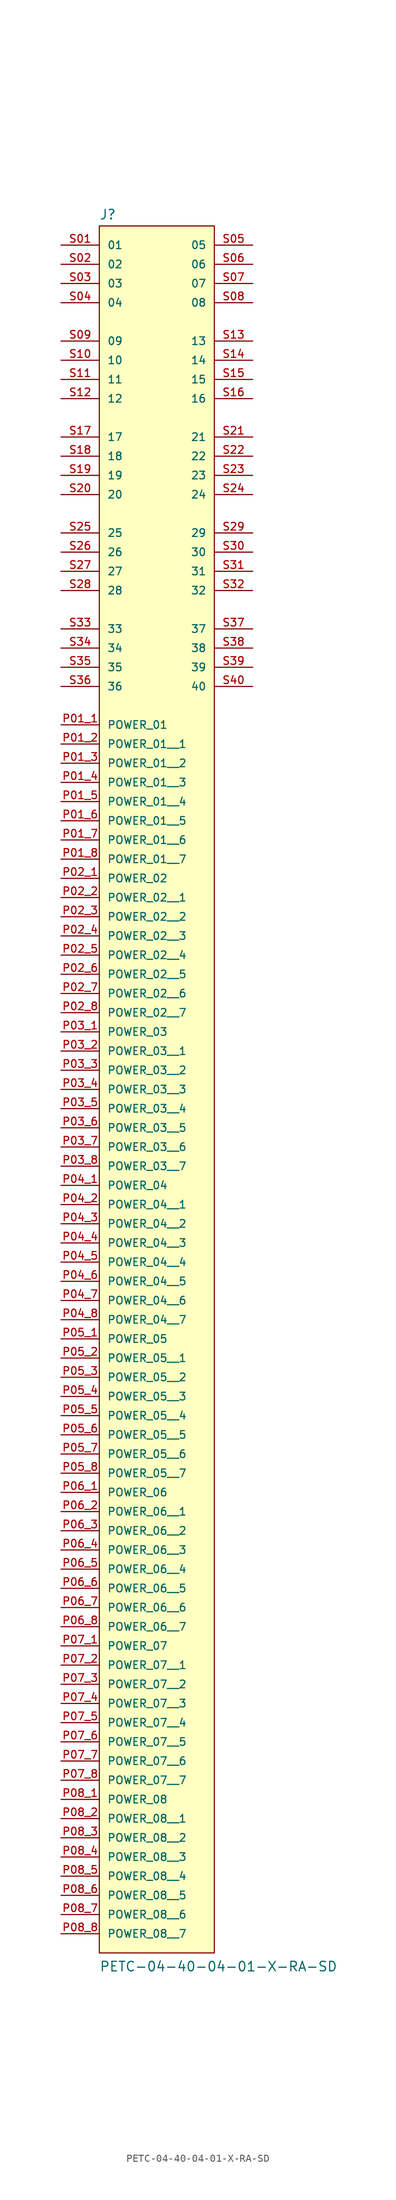
<source format=kicad_sym>
(kicad_symbol_lib
  (version 20211014)
  (generator kicad_symbol_editor)
  (symbol "PETC-04-40-04-01-X-RA-SD"
    (pin_names
      (offset 1.016))
    (property "Reference" "J"
      (at -7.62 43.942 0)
      (effects (font (size 1.27 1.27)) (justify bottom left)))
    (property "Value" "PETC-04-40-04-01-X-RA-SD"
      (at -7.62 -187.96 0)
      (effects (font (size 1.27 1.27)) (justify bottom left)))
    (symbol "PETC-04-40-04-01-X-RA-SD_0_0"
      (rectangle (start -7.62 -185.42) (end 7.62 43.18) (stroke (width 0.152)) (fill (type background)))
      (pin passive line (at -12.7 40.64 0) (length 5.08) (name "01" (effects (font (size 1.016 1.016)))) (number "S01" (effects (font (size 1.016 1.016)))))
      (pin passive line (at -12.7 38.1 0) (length 5.08) (name "02" (effects (font (size 1.016 1.016)))) (number "S02" (effects (font (size 1.016 1.016)))))
      (pin power_in line (at -12.7 -22.86 0) (length 5.08) (name "POWER_01" (effects (font (size 1.016 1.016)))) (number "P01_1" (effects (font (size 1.016 1.016)))))
      (pin power_in line (at -12.7 -43.18 0) (length 5.08) (name "POWER_02" (effects (font (size 1.016 1.016)))) (number "P02_1" (effects (font (size 1.016 1.016)))))
      (pin power_in line (at -12.7 -63.5 0) (length 5.08) (name "POWER_03" (effects (font (size 1.016 1.016)))) (number "P03_1" (effects (font (size 1.016 1.016)))))
      (pin power_in line (at -12.7 -83.82 0) (length 5.08) (name "POWER_04" (effects (font (size 1.016 1.016)))) (number "P04_1" (effects (font (size 1.016 1.016)))))
      (pin passive line (at -12.7 35.56 0) (length 5.08) (name "03" (effects (font (size 1.016 1.016)))) (number "S03" (effects (font (size 1.016 1.016)))))
      (pin passive line (at -12.7 33.02 0) (length 5.08) (name "04" (effects (font (size 1.016 1.016)))) (number "S04" (effects (font (size 1.016 1.016)))))
      (pin passive line (at 12.7 40.64 180.0) (length 5.08) (name "05" (effects (font (size 1.016 1.016)))) (number "S05" (effects (font (size 1.016 1.016)))))
      (pin passive line (at 12.7 38.1 180.0) (length 5.08) (name "06" (effects (font (size 1.016 1.016)))) (number "S06" (effects (font (size 1.016 1.016)))))
      (pin passive line (at 12.7 35.56 180.0) (length 5.08) (name "07" (effects (font (size 1.016 1.016)))) (number "S07" (effects (font (size 1.016 1.016)))))
      (pin passive line (at 12.7 33.02 180.0) (length 5.08) (name "08" (effects (font (size 1.016 1.016)))) (number "S08" (effects (font (size 1.016 1.016)))))
      (pin passive line (at -12.7 27.94 0) (length 5.08) (name "09" (effects (font (size 1.016 1.016)))) (number "S09" (effects (font (size 1.016 1.016)))))
      (pin passive line (at -12.7 25.4 0) (length 5.08) (name "10" (effects (font (size 1.016 1.016)))) (number "S10" (effects (font (size 1.016 1.016)))))
      (pin passive line (at -12.7 22.86 0) (length 5.08) (name "11" (effects (font (size 1.016 1.016)))) (number "S11" (effects (font (size 1.016 1.016)))))
      (pin passive line (at -12.7 20.32 0) (length 5.08) (name "12" (effects (font (size 1.016 1.016)))) (number "S12" (effects (font (size 1.016 1.016)))))
      (pin passive line (at 12.7 27.94 180.0) (length 5.08) (name "13" (effects (font (size 1.016 1.016)))) (number "S13" (effects (font (size 1.016 1.016)))))
      (pin passive line (at 12.7 25.4 180.0) (length 5.08) (name "14" (effects (font (size 1.016 1.016)))) (number "S14" (effects (font (size 1.016 1.016)))))
      (pin passive line (at 12.7 22.86 180.0) (length 5.08) (name "15" (effects (font (size 1.016 1.016)))) (number "S15" (effects (font (size 1.016 1.016)))))
      (pin passive line (at 12.7 20.32 180.0) (length 5.08) (name "16" (effects (font (size 1.016 1.016)))) (number "S16" (effects (font (size 1.016 1.016)))))
      (pin passive line (at -12.7 15.24 0) (length 5.08) (name "17" (effects (font (size 1.016 1.016)))) (number "S17" (effects (font (size 1.016 1.016)))))
      (pin passive line (at -12.7 12.7 0) (length 5.08) (name "18" (effects (font (size 1.016 1.016)))) (number "S18" (effects (font (size 1.016 1.016)))))
      (pin passive line (at -12.7 10.16 0) (length 5.08) (name "19" (effects (font (size 1.016 1.016)))) (number "S19" (effects (font (size 1.016 1.016)))))
      (pin passive line (at -12.7 7.62 0) (length 5.08) (name "20" (effects (font (size 1.016 1.016)))) (number "S20" (effects (font (size 1.016 1.016)))))
      (pin passive line (at 12.7 15.24 180.0) (length 5.08) (name "21" (effects (font (size 1.016 1.016)))) (number "S21" (effects (font (size 1.016 1.016)))))
      (pin passive line (at 12.7 12.7 180.0) (length 5.08) (name "22" (effects (font (size 1.016 1.016)))) (number "S22" (effects (font (size 1.016 1.016)))))
      (pin passive line (at 12.7 10.16 180.0) (length 5.08) (name "23" (effects (font (size 1.016 1.016)))) (number "S23" (effects (font (size 1.016 1.016)))))
      (pin passive line (at 12.7 7.62 180.0) (length 5.08) (name "24" (effects (font (size 1.016 1.016)))) (number "S24" (effects (font (size 1.016 1.016)))))
      (pin passive line (at -12.7 2.54 0) (length 5.08) (name "25" (effects (font (size 1.016 1.016)))) (number "S25" (effects (font (size 1.016 1.016)))))
      (pin passive line (at -12.7 0.0 0) (length 5.08) (name "26" (effects (font (size 1.016 1.016)))) (number "S26" (effects (font (size 1.016 1.016)))))
      (pin passive line (at -12.7 -2.54 0) (length 5.08) (name "27" (effects (font (size 1.016 1.016)))) (number "S27" (effects (font (size 1.016 1.016)))))
      (pin passive line (at -12.7 -5.08 0) (length 5.08) (name "28" (effects (font (size 1.016 1.016)))) (number "S28" (effects (font (size 1.016 1.016)))))
      (pin passive line (at 12.7 2.54 180.0) (length 5.08) (name "29" (effects (font (size 1.016 1.016)))) (number "S29" (effects (font (size 1.016 1.016)))))
      (pin passive line (at 12.7 0.0 180.0) (length 5.08) (name "30" (effects (font (size 1.016 1.016)))) (number "S30" (effects (font (size 1.016 1.016)))))
      (pin passive line (at 12.7 -2.54 180.0) (length 5.08) (name "31" (effects (font (size 1.016 1.016)))) (number "S31" (effects (font (size 1.016 1.016)))))
      (pin passive line (at 12.7 -5.08 180.0) (length 5.08) (name "32" (effects (font (size 1.016 1.016)))) (number "S32" (effects (font (size 1.016 1.016)))))
      (pin passive line (at -12.7 -10.16 0) (length 5.08) (name "33" (effects (font (size 1.016 1.016)))) (number "S33" (effects (font (size 1.016 1.016)))))
      (pin passive line (at -12.7 -12.7 0) (length 5.08) (name "34" (effects (font (size 1.016 1.016)))) (number "S34" (effects (font (size 1.016 1.016)))))
      (pin passive line (at -12.7 -15.24 0) (length 5.08) (name "35" (effects (font (size 1.016 1.016)))) (number "S35" (effects (font (size 1.016 1.016)))))
      (pin passive line (at -12.7 -17.78 0) (length 5.08) (name "36" (effects (font (size 1.016 1.016)))) (number "S36" (effects (font (size 1.016 1.016)))))
      (pin passive line (at 12.7 -10.16 180.0) (length 5.08) (name "37" (effects (font (size 1.016 1.016)))) (number "S37" (effects (font (size 1.016 1.016)))))
      (pin passive line (at 12.7 -12.7 180.0) (length 5.08) (name "38" (effects (font (size 1.016 1.016)))) (number "S38" (effects (font (size 1.016 1.016)))))
      (pin passive line (at 12.7 -15.24 180.0) (length 5.08) (name "39" (effects (font (size 1.016 1.016)))) (number "S39" (effects (font (size 1.016 1.016)))))
      (pin passive line (at 12.7 -17.78 180.0) (length 5.08) (name "40" (effects (font (size 1.016 1.016)))) (number "S40" (effects (font (size 1.016 1.016)))))
      (pin power_in line (at -12.7 -104.14 0) (length 5.08) (name "POWER_05" (effects (font (size 1.016 1.016)))) (number "P05_1" (effects (font (size 1.016 1.016)))))
      (pin power_in line (at -12.7 -124.46 0) (length 5.08) (name "POWER_06" (effects (font (size 1.016 1.016)))) (number "P06_1" (effects (font (size 1.016 1.016)))))
      (pin power_in line (at -12.7 -144.78 0) (length 5.08) (name "POWER_07" (effects (font (size 1.016 1.016)))) (number "P07_1" (effects (font (size 1.016 1.016)))))
      (pin power_in line (at -12.7 -165.1 0) (length 5.08) (name "POWER_08" (effects (font (size 1.016 1.016)))) (number "P08_1" (effects (font (size 1.016 1.016)))))
      (pin power_in line (at -12.7 -25.4 0) (length 5.08) (name "POWER_01__1" (effects (font (size 1.016 1.016)))) (number "P01_2" (effects (font (size 1.016 1.016)))))
      (pin power_in line (at -12.7 -27.94 0) (length 5.08) (name "POWER_01__2" (effects (font (size 1.016 1.016)))) (number "P01_3" (effects (font (size 1.016 1.016)))))
      (pin power_in line (at -12.7 -30.48 0) (length 5.08) (name "POWER_01__3" (effects (font (size 1.016 1.016)))) (number "P01_4" (effects (font (size 1.016 1.016)))))
      (pin power_in line (at -12.7 -33.02 0) (length 5.08) (name "POWER_01__4" (effects (font (size 1.016 1.016)))) (number "P01_5" (effects (font (size 1.016 1.016)))))
      (pin power_in line (at -12.7 -35.56 0) (length 5.08) (name "POWER_01__5" (effects (font (size 1.016 1.016)))) (number "P01_6" (effects (font (size 1.016 1.016)))))
      (pin power_in line (at -12.7 -38.1 0) (length 5.08) (name "POWER_01__6" (effects (font (size 1.016 1.016)))) (number "P01_7" (effects (font (size 1.016 1.016)))))
      (pin power_in line (at -12.7 -40.64 0) (length 5.08) (name "POWER_01__7" (effects (font (size 1.016 1.016)))) (number "P01_8" (effects (font (size 1.016 1.016)))))
      (pin power_in line (at -12.7 -45.72 0) (length 5.08) (name "POWER_02__1" (effects (font (size 1.016 1.016)))) (number "P02_2" (effects (font (size 1.016 1.016)))))
      (pin power_in line (at -12.7 -48.26 0) (length 5.08) (name "POWER_02__2" (effects (font (size 1.016 1.016)))) (number "P02_3" (effects (font (size 1.016 1.016)))))
      (pin power_in line (at -12.7 -50.8 0) (length 5.08) (name "POWER_02__3" (effects (font (size 1.016 1.016)))) (number "P02_4" (effects (font (size 1.016 1.016)))))
      (pin power_in line (at -12.7 -53.34 0) (length 5.08) (name "POWER_02__4" (effects (font (size 1.016 1.016)))) (number "P02_5" (effects (font (size 1.016 1.016)))))
      (pin power_in line (at -12.7 -55.88 0) (length 5.08) (name "POWER_02__5" (effects (font (size 1.016 1.016)))) (number "P02_6" (effects (font (size 1.016 1.016)))))
      (pin power_in line (at -12.7 -58.42 0) (length 5.08) (name "POWER_02__6" (effects (font (size 1.016 1.016)))) (number "P02_7" (effects (font (size 1.016 1.016)))))
      (pin power_in line (at -12.7 -60.96 0) (length 5.08) (name "POWER_02__7" (effects (font (size 1.016 1.016)))) (number "P02_8" (effects (font (size 1.016 1.016)))))
      (pin power_in line (at -12.7 -66.04 0) (length 5.08) (name "POWER_03__1" (effects (font (size 1.016 1.016)))) (number "P03_2" (effects (font (size 1.016 1.016)))))
      (pin power_in line (at -12.7 -68.58 0) (length 5.08) (name "POWER_03__2" (effects (font (size 1.016 1.016)))) (number "P03_3" (effects (font (size 1.016 1.016)))))
      (pin power_in line (at -12.7 -71.12 0) (length 5.08) (name "POWER_03__3" (effects (font (size 1.016 1.016)))) (number "P03_4" (effects (font (size 1.016 1.016)))))
      (pin power_in line (at -12.7 -73.66 0) (length 5.08) (name "POWER_03__4" (effects (font (size 1.016 1.016)))) (number "P03_5" (effects (font (size 1.016 1.016)))))
      (pin power_in line (at -12.7 -76.2 0) (length 5.08) (name "POWER_03__5" (effects (font (size 1.016 1.016)))) (number "P03_6" (effects (font (size 1.016 1.016)))))
      (pin power_in line (at -12.7 -78.74 0) (length 5.08) (name "POWER_03__6" (effects (font (size 1.016 1.016)))) (number "P03_7" (effects (font (size 1.016 1.016)))))
      (pin power_in line (at -12.7 -81.28 0) (length 5.08) (name "POWER_03__7" (effects (font (size 1.016 1.016)))) (number "P03_8" (effects (font (size 1.016 1.016)))))
      (pin power_in line (at -12.7 -86.36 0) (length 5.08) (name "POWER_04__1" (effects (font (size 1.016 1.016)))) (number "P04_2" (effects (font (size 1.016 1.016)))))
      (pin power_in line (at -12.7 -88.9 0) (length 5.08) (name "POWER_04__2" (effects (font (size 1.016 1.016)))) (number "P04_3" (effects (font (size 1.016 1.016)))))
      (pin power_in line (at -12.7 -91.44 0) (length 5.08) (name "POWER_04__3" (effects (font (size 1.016 1.016)))) (number "P04_4" (effects (font (size 1.016 1.016)))))
      (pin power_in line (at -12.7 -93.98 0) (length 5.08) (name "POWER_04__4" (effects (font (size 1.016 1.016)))) (number "P04_5" (effects (font (size 1.016 1.016)))))
      (pin power_in line (at -12.7 -96.52 0) (length 5.08) (name "POWER_04__5" (effects (font (size 1.016 1.016)))) (number "P04_6" (effects (font (size 1.016 1.016)))))
      (pin power_in line (at -12.7 -99.06 0) (length 5.08) (name "POWER_04__6" (effects (font (size 1.016 1.016)))) (number "P04_7" (effects (font (size 1.016 1.016)))))
      (pin power_in line (at -12.7 -101.6 0) (length 5.08) (name "POWER_04__7" (effects (font (size 1.016 1.016)))) (number "P04_8" (effects (font (size 1.016 1.016)))))
      (pin power_in line (at -12.7 -106.68 0) (length 5.08) (name "POWER_05__1" (effects (font (size 1.016 1.016)))) (number "P05_2" (effects (font (size 1.016 1.016)))))
      (pin power_in line (at -12.7 -109.22 0) (length 5.08) (name "POWER_05__2" (effects (font (size 1.016 1.016)))) (number "P05_3" (effects (font (size 1.016 1.016)))))
      (pin power_in line (at -12.7 -111.76 0) (length 5.08) (name "POWER_05__3" (effects (font (size 1.016 1.016)))) (number "P05_4" (effects (font (size 1.016 1.016)))))
      (pin power_in line (at -12.7 -114.3 0) (length 5.08) (name "POWER_05__4" (effects (font (size 1.016 1.016)))) (number "P05_5" (effects (font (size 1.016 1.016)))))
      (pin power_in line (at -12.7 -116.84 0) (length 5.08) (name "POWER_05__5" (effects (font (size 1.016 1.016)))) (number "P05_6" (effects (font (size 1.016 1.016)))))
      (pin power_in line (at -12.7 -119.38 0) (length 5.08) (name "POWER_05__6" (effects (font (size 1.016 1.016)))) (number "P05_7" (effects (font (size 1.016 1.016)))))
      (pin power_in line (at -12.7 -121.92 0) (length 5.08) (name "POWER_05__7" (effects (font (size 1.016 1.016)))) (number "P05_8" (effects (font (size 1.016 1.016)))))
      (pin power_in line (at -12.7 -127.0 0) (length 5.08) (name "POWER_06__1" (effects (font (size 1.016 1.016)))) (number "P06_2" (effects (font (size 1.016 1.016)))))
      (pin power_in line (at -12.7 -129.54 0) (length 5.08) (name "POWER_06__2" (effects (font (size 1.016 1.016)))) (number "P06_3" (effects (font (size 1.016 1.016)))))
      (pin power_in line (at -12.7 -132.08 0) (length 5.08) (name "POWER_06__3" (effects (font (size 1.016 1.016)))) (number "P06_4" (effects (font (size 1.016 1.016)))))
      (pin power_in line (at -12.7 -134.62 0) (length 5.08) (name "POWER_06__4" (effects (font (size 1.016 1.016)))) (number "P06_5" (effects (font (size 1.016 1.016)))))
      (pin power_in line (at -12.7 -137.16 0) (length 5.08) (name "POWER_06__5" (effects (font (size 1.016 1.016)))) (number "P06_6" (effects (font (size 1.016 1.016)))))
      (pin power_in line (at -12.7 -139.7 0) (length 5.08) (name "POWER_06__6" (effects (font (size 1.016 1.016)))) (number "P06_7" (effects (font (size 1.016 1.016)))))
      (pin power_in line (at -12.7 -142.24 0) (length 5.08) (name "POWER_06__7" (effects (font (size 1.016 1.016)))) (number "P06_8" (effects (font (size 1.016 1.016)))))
      (pin power_in line (at -12.7 -147.32 0) (length 5.08) (name "POWER_07__1" (effects (font (size 1.016 1.016)))) (number "P07_2" (effects (font (size 1.016 1.016)))))
      (pin power_in line (at -12.7 -149.86 0) (length 5.08) (name "POWER_07__2" (effects (font (size 1.016 1.016)))) (number "P07_3" (effects (font (size 1.016 1.016)))))
      (pin power_in line (at -12.7 -152.4 0) (length 5.08) (name "POWER_07__3" (effects (font (size 1.016 1.016)))) (number "P07_4" (effects (font (size 1.016 1.016)))))
      (pin power_in line (at -12.7 -154.94 0) (length 5.08) (name "POWER_07__4" (effects (font (size 1.016 1.016)))) (number "P07_5" (effects (font (size 1.016 1.016)))))
      (pin power_in line (at -12.7 -157.48 0) (length 5.08) (name "POWER_07__5" (effects (font (size 1.016 1.016)))) (number "P07_6" (effects (font (size 1.016 1.016)))))
      (pin power_in line (at -12.7 -160.02 0) (length 5.08) (name "POWER_07__6" (effects (font (size 1.016 1.016)))) (number "P07_7" (effects (font (size 1.016 1.016)))))
      (pin power_in line (at -12.7 -162.56 0) (length 5.08) (name "POWER_07__7" (effects (font (size 1.016 1.016)))) (number "P07_8" (effects (font (size 1.016 1.016)))))
      (pin power_in line (at -12.7 -167.64 0) (length 5.08) (name "POWER_08__1" (effects (font (size 1.016 1.016)))) (number "P08_2" (effects (font (size 1.016 1.016)))))
      (pin power_in line (at -12.7 -170.18 0) (length 5.08) (name "POWER_08__2" (effects (font (size 1.016 1.016)))) (number "P08_3" (effects (font (size 1.016 1.016)))))
      (pin power_in line (at -12.7 -172.72 0) (length 5.08) (name "POWER_08__3" (effects (font (size 1.016 1.016)))) (number "P08_4" (effects (font (size 1.016 1.016)))))
      (pin power_in line (at -12.7 -175.26 0) (length 5.08) (name "POWER_08__4" (effects (font (size 1.016 1.016)))) (number "P08_5" (effects (font (size 1.016 1.016)))))
      (pin power_in line (at -12.7 -177.8 0) (length 5.08) (name "POWER_08__5" (effects (font (size 1.016 1.016)))) (number "P08_6" (effects (font (size 1.016 1.016)))))
      (pin power_in line (at -12.7 -180.34 0) (length 5.08) (name "POWER_08__6" (effects (font (size 1.016 1.016)))) (number "P08_7" (effects (font (size 1.016 1.016)))))
      (pin power_in line (at -12.7 -182.88 0) (length 5.08) (name "POWER_08__7" (effects (font (size 1.016 1.016)))) (number "P08_8" (effects (font (size 1.016 1.016))))))))
</source>
